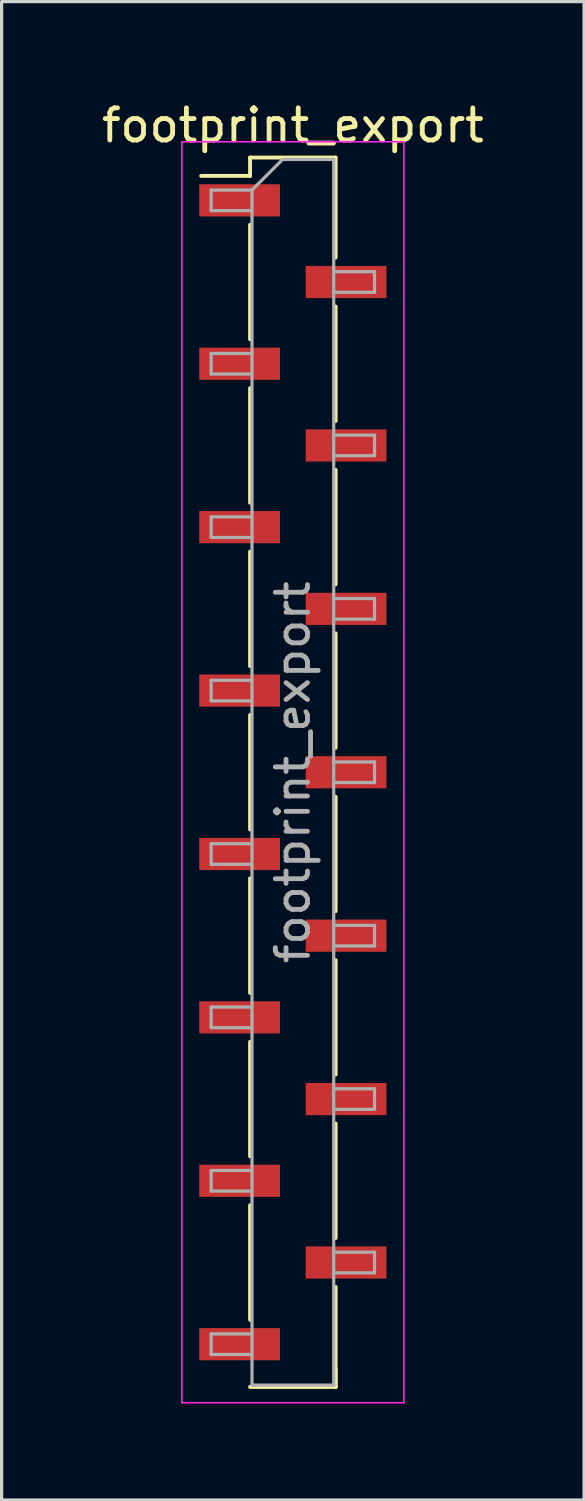
<source format=kicad_pcb>
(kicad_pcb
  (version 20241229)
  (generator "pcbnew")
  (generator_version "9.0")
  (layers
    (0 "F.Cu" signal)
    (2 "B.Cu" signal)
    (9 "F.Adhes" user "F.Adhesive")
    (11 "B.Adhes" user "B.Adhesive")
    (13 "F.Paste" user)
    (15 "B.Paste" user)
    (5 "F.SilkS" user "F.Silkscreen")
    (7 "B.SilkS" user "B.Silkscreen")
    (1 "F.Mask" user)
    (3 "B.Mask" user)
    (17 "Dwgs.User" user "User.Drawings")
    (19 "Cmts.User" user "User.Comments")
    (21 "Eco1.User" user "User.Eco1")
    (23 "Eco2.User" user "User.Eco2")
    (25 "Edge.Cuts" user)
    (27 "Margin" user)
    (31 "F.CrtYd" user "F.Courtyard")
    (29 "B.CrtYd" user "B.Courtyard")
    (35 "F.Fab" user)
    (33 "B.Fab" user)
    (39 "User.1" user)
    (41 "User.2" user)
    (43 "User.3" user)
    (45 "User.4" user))
  (footprint "footprint_export"
    (layer "F.Cu")
    (at 6.054 20.958)
    (property "Reference" "footprint_export" (at 0 -20.11 0) (layer "F.SilkS") (effects (font (size 1 1) (thickness 0.15))))
    (attr smd)
    (fp_line (start -1.33 -19.11) (end -1.33 -18.54) (stroke (width 0.12) (type solid)) (layer "F.SilkS"))
    (fp_line (start -1.33 -19.11) (end 1.33 -19.11) (stroke (width 0.12) (type solid)) (layer "F.SilkS"))
    (fp_line (start -1.33 -18.54) (end -2.85 -18.54) (stroke (width 0.12) (type solid)) (layer "F.SilkS"))
    (fp_line (start -1.33 -17.02) (end -1.33 -13.46) (stroke (width 0.12) (type solid)) (layer "F.SilkS"))
    (fp_line (start -1.33 -11.94) (end -1.33 -8.38) (stroke (width 0.12) (type solid)) (layer "F.SilkS"))
    (fp_line (start -1.33 -6.86) (end -1.33 -3.3) (stroke (width 0.12) (type solid)) (layer "F.SilkS"))
    (fp_line (start -1.33 -1.78) (end -1.33 1.78) (stroke (width 0.12) (type solid)) (layer "F.SilkS"))
    (fp_line (start -1.33 3.3) (end -1.33 6.86) (stroke (width 0.12) (type solid)) (layer "F.SilkS"))
    (fp_line (start -1.33 8.38) (end -1.33 11.94) (stroke (width 0.12) (type solid)) (layer "F.SilkS"))
    (fp_line (start -1.33 13.46) (end -1.33 17.02) (stroke (width 0.12) (type solid)) (layer "F.SilkS"))
    (fp_line (start -1.33 19.11) (end 1.33 19.11) (stroke (width 0.12) (type solid)) (layer "F.SilkS"))
    (fp_line (start 1.33 -19.11) (end 1.33 -16) (stroke (width 0.12) (type solid)) (layer "F.SilkS"))
    (fp_line (start 1.33 -14.48) (end 1.33 -10.92) (stroke (width 0.12) (type solid)) (layer "F.SilkS"))
    (fp_line (start 1.33 -9.4) (end 1.33 -5.84) (stroke (width 0.12) (type solid)) (layer "F.SilkS"))
    (fp_line (start 1.33 -4.32) (end 1.33 -0.76) (stroke (width 0.12) (type solid)) (layer "F.SilkS"))
    (fp_line (start 1.33 0.76) (end 1.33 4.32) (stroke (width 0.12) (type solid)) (layer "F.SilkS"))
    (fp_line (start 1.33 5.84) (end 1.33 9.4) (stroke (width 0.12) (type solid)) (layer "F.SilkS"))
    (fp_line (start 1.33 10.92) (end 1.33 14.48) (stroke (width 0.12) (type solid)) (layer "F.SilkS"))
    (fp_line (start 1.33 16) (end 1.33 19.11) (stroke (width 0.12) (type solid)) (layer "F.SilkS"))
    (fp_line (start 1.33 18.54) (end 1.33 19.11) (stroke (width 0.12) (type solid)) (layer "F.SilkS"))
    (fp_line (start -3.45 -19.6) (end -3.45 19.6) (stroke (width 0.05) (type solid)) (layer "F.CrtYd"))
    (fp_line (start -3.45 19.6) (end 3.45 19.6) (stroke (width 0.05) (type solid)) (layer "F.CrtYd"))
    (fp_line (start 3.45 -19.6) (end -3.45 -19.6) (stroke (width 0.05) (type solid)) (layer "F.CrtYd"))
    (fp_line (start 3.45 19.6) (end 3.45 -19.6) (stroke (width 0.05) (type solid)) (layer "F.CrtYd"))
    (fp_line (start -2.54 -18.1) (end -2.54 -17.46) (stroke (width 0.1) (type solid)) (layer "F.Fab"))
    (fp_line (start -2.54 -17.46) (end -1.27 -17.46) (stroke (width 0.1) (type solid)) (layer "F.Fab"))
    (fp_line (start -2.54 -13.02) (end -2.54 -12.38) (stroke (width 0.1) (type solid)) (layer "F.Fab"))
    (fp_line (start -2.54 -12.38) (end -1.27 -12.38) (stroke (width 0.1) (type solid)) (layer "F.Fab"))
    (fp_line (start -2.54 -7.94) (end -2.54 -7.3) (stroke (width 0.1) (type solid)) (layer "F.Fab"))
    (fp_line (start -2.54 -7.3) (end -1.27 -7.3) (stroke (width 0.1) (type solid)) (layer "F.Fab"))
    (fp_line (start -2.54 -2.86) (end -2.54 -2.22) (stroke (width 0.1) (type solid)) (layer "F.Fab"))
    (fp_line (start -2.54 -2.22) (end -1.27 -2.22) (stroke (width 0.1) (type solid)) (layer "F.Fab"))
    (fp_line (start -2.54 2.22) (end -2.54 2.86) (stroke (width 0.1) (type solid)) (layer "F.Fab"))
    (fp_line (start -2.54 2.86) (end -1.27 2.86) (stroke (width 0.1) (type solid)) (layer "F.Fab"))
    (fp_line (start -2.54 7.3) (end -2.54 7.94) (stroke (width 0.1) (type solid)) (layer "F.Fab"))
    (fp_line (start -2.54 7.94) (end -1.27 7.94) (stroke (width 0.1) (type solid)) (layer "F.Fab"))
    (fp_line (start -2.54 12.38) (end -2.54 13.02) (stroke (width 0.1) (type solid)) (layer "F.Fab"))
    (fp_line (start -2.54 13.02) (end -1.27 13.02) (stroke (width 0.1) (type solid)) (layer "F.Fab"))
    (fp_line (start -2.54 17.46) (end -2.54 18.1) (stroke (width 0.1) (type solid)) (layer "F.Fab"))
    (fp_line (start -2.54 18.1) (end -1.27 18.1) (stroke (width 0.1) (type solid)) (layer "F.Fab"))
    (fp_line (start -1.27 -18.1) (end -2.54 -18.1) (stroke (width 0.1) (type solid)) (layer "F.Fab"))
    (fp_line (start -1.27 -18.1) (end -0.32 -19.05) (stroke (width 0.1) (type solid)) (layer "F.Fab"))
    (fp_line (start -1.27 -13.02) (end -2.54 -13.02) (stroke (width 0.1) (type solid)) (layer "F.Fab"))
    (fp_line (start -1.27 -7.94) (end -2.54 -7.94) (stroke (width 0.1) (type solid)) (layer "F.Fab"))
    (fp_line (start -1.27 -2.86) (end -2.54 -2.86) (stroke (width 0.1) (type solid)) (layer "F.Fab"))
    (fp_line (start -1.27 2.22) (end -2.54 2.22) (stroke (width 0.1) (type solid)) (layer "F.Fab"))
    (fp_line (start -1.27 7.3) (end -2.54 7.3) (stroke (width 0.1) (type solid)) (layer "F.Fab"))
    (fp_line (start -1.27 12.38) (end -2.54 12.38) (stroke (width 0.1) (type solid)) (layer "F.Fab"))
    (fp_line (start -1.27 17.46) (end -2.54 17.46) (stroke (width 0.1) (type solid)) (layer "F.Fab"))
    (fp_line (start -1.27 19.05) (end -1.27 -18.1) (stroke (width 0.1) (type solid)) (layer "F.Fab"))
    (fp_line (start -0.32 -19.05) (end 1.27 -19.05) (stroke (width 0.1) (type solid)) (layer "F.Fab"))
    (fp_line (start 1.27 -19.05) (end 1.27 19.05) (stroke (width 0.1) (type solid)) (layer "F.Fab"))
    (fp_line (start 1.27 -15.56) (end 2.54 -15.56) (stroke (width 0.1) (type solid)) (layer "F.Fab"))
    (fp_line (start 1.27 -10.48) (end 2.54 -10.48) (stroke (width 0.1) (type solid)) (layer "F.Fab"))
    (fp_line (start 1.27 -5.4) (end 2.54 -5.4) (stroke (width 0.1) (type solid)) (layer "F.Fab"))
    (fp_line (start 1.27 -0.32) (end 2.54 -0.32) (stroke (width 0.1) (type solid)) (layer "F.Fab"))
    (fp_line (start 1.27 4.76) (end 2.54 4.76) (stroke (width 0.1) (type solid)) (layer "F.Fab"))
    (fp_line (start 1.27 9.84) (end 2.54 9.84) (stroke (width 0.1) (type solid)) (layer "F.Fab"))
    (fp_line (start 1.27 14.92) (end 2.54 14.92) (stroke (width 0.1) (type solid)) (layer "F.Fab"))
    (fp_line (start 1.27 19.05) (end -1.27 19.05) (stroke (width 0.1) (type solid)) (layer "F.Fab"))
    (fp_line (start 2.54 -15.56) (end 2.54 -14.92) (stroke (width 0.1) (type solid)) (layer "F.Fab"))
    (fp_line (start 2.54 -14.92) (end 1.27 -14.92) (stroke (width 0.1) (type solid)) (layer "F.Fab"))
    (fp_line (start 2.54 -10.48) (end 2.54 -9.84) (stroke (width 0.1) (type solid)) (layer "F.Fab"))
    (fp_line (start 2.54 -9.84) (end 1.27 -9.84) (stroke (width 0.1) (type solid)) (layer "F.Fab"))
    (fp_line (start 2.54 -5.4) (end 2.54 -4.76) (stroke (width 0.1) (type solid)) (layer "F.Fab"))
    (fp_line (start 2.54 -4.76) (end 1.27 -4.76) (stroke (width 0.1) (type solid)) (layer "F.Fab"))
    (fp_line (start 2.54 -0.32) (end 2.54 0.32) (stroke (width 0.1) (type solid)) (layer "F.Fab"))
    (fp_line (start 2.54 0.32) (end 1.27 0.32) (stroke (width 0.1) (type solid)) (layer "F.Fab"))
    (fp_line (start 2.54 4.76) (end 2.54 5.4) (stroke (width 0.1) (type solid)) (layer "F.Fab"))
    (fp_line (start 2.54 5.4) (end 1.27 5.4) (stroke (width 0.1) (type solid)) (layer "F.Fab"))
    (fp_line (start 2.54 9.84) (end 2.54 10.48) (stroke (width 0.1) (type solid)) (layer "F.Fab"))
    (fp_line (start 2.54 10.48) (end 1.27 10.48) (stroke (width 0.1) (type solid)) (layer "F.Fab"))
    (fp_line (start 2.54 14.92) (end 2.54 15.56) (stroke (width 0.1) (type solid)) (layer "F.Fab"))
    (fp_line (start 2.54 15.56) (end 1.27 15.56) (stroke (width 0.1) (type solid)) (layer "F.Fab"))
    (fp_text user "${REFERENCE}" (at 0 0 90) (layer "F.Fab") (effects (font (size 1 1) (thickness 0.15))))
    (pad "1" smd rect (at -1.655 -17.78) (size 2.51 1) (layers "F.Cu" "F.Mask" "F.Paste"))
    (pad "2" smd rect (at 1.655 -15.24) (size 2.51 1) (layers "F.Cu" "F.Mask" "F.Paste"))
    (pad "3" smd rect (at -1.655 -12.7) (size 2.51 1) (layers "F.Cu" "F.Mask" "F.Paste"))
    (pad "4" smd rect (at 1.655 -10.16) (size 2.51 1) (layers "F.Cu" "F.Mask" "F.Paste"))
    (pad "5" smd rect (at -1.655 -7.62) (size 2.51 1) (layers "F.Cu" "F.Mask" "F.Paste"))
    (pad "6" smd rect (at 1.655 -5.08) (size 2.51 1) (layers "F.Cu" "F.Mask" "F.Paste"))
    (pad "7" smd rect (at -1.655 -2.54) (size 2.51 1) (layers "F.Cu" "F.Mask" "F.Paste"))
    (pad "8" smd rect (at 1.655 0) (size 2.51 1) (layers "F.Cu" "F.Mask" "F.Paste"))
    (pad "9" smd rect (at -1.655 2.54) (size 2.51 1) (layers "F.Cu" "F.Mask" "F.Paste"))
    (pad "10" smd rect (at 1.655 5.08) (size 2.51 1) (layers "F.Cu" "F.Mask" "F.Paste"))
    (pad "11" smd rect (at -1.655 7.62) (size 2.51 1) (layers "F.Cu" "F.Mask" "F.Paste"))
    (pad "12" smd rect (at 1.655 10.16) (size 2.51 1) (layers "F.Cu" "F.Mask" "F.Paste"))
    (pad "13" smd rect (at -1.655 12.7) (size 2.51 1) (layers "F.Cu" "F.Mask" "F.Paste"))
    (pad "14" smd rect (at 1.655 15.24) (size 2.51 1) (layers "F.Cu" "F.Mask" "F.Paste"))
    (pad "15" smd rect (at -1.655 17.78) (size 2.51 1) (layers "F.Cu" "F.Mask" "F.Paste")))
  (gr_rect
    (start -3 -3)
    (end 15.107 43.583)
    (stroke (width 0.1) (type default))
    (fill no)
    (layer "Edge.Cuts")))
</source>
